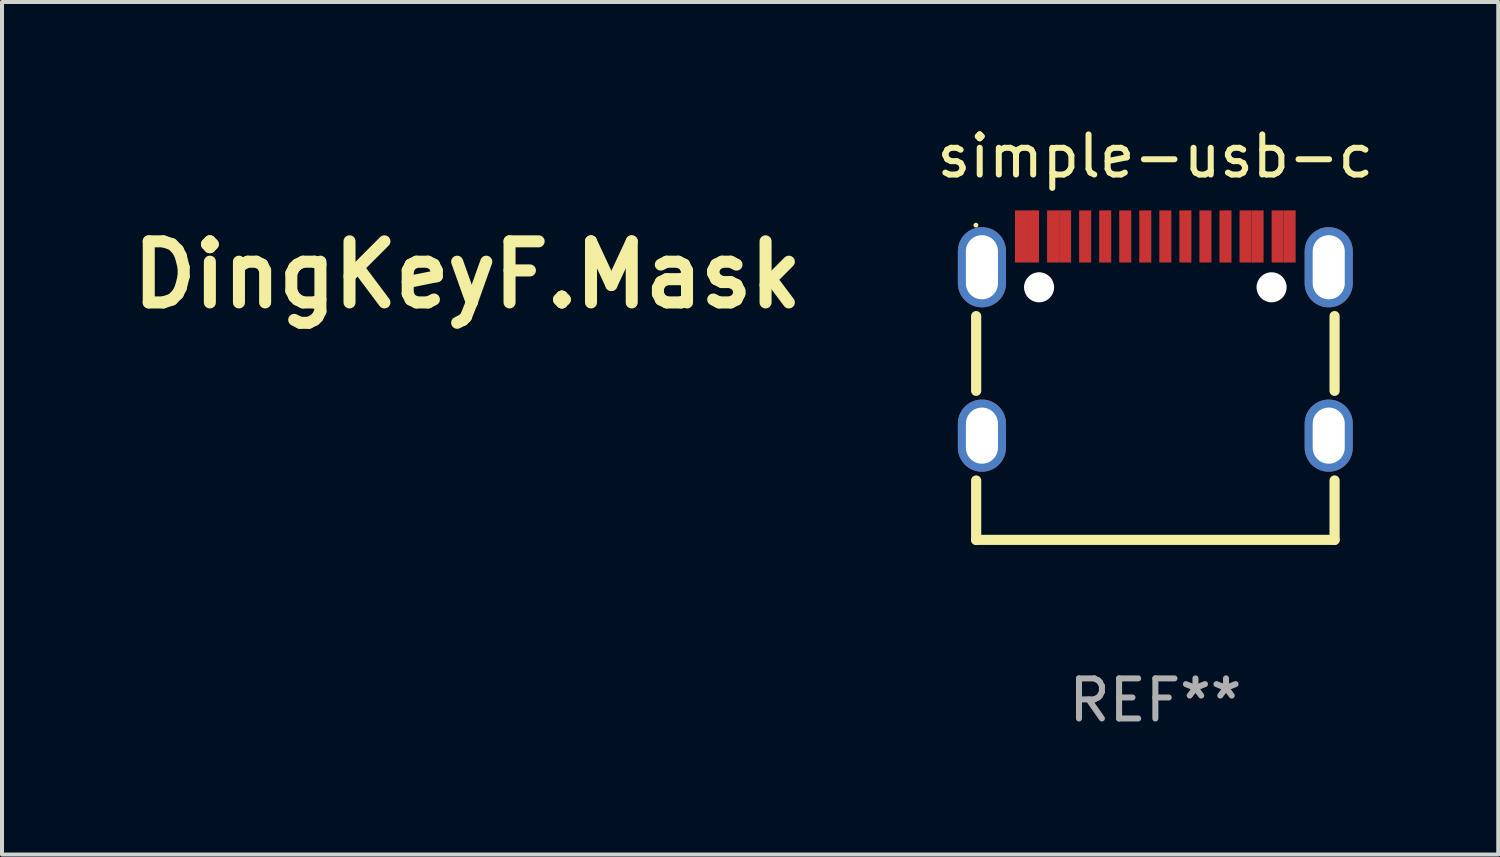
<source format=kicad_pcb>
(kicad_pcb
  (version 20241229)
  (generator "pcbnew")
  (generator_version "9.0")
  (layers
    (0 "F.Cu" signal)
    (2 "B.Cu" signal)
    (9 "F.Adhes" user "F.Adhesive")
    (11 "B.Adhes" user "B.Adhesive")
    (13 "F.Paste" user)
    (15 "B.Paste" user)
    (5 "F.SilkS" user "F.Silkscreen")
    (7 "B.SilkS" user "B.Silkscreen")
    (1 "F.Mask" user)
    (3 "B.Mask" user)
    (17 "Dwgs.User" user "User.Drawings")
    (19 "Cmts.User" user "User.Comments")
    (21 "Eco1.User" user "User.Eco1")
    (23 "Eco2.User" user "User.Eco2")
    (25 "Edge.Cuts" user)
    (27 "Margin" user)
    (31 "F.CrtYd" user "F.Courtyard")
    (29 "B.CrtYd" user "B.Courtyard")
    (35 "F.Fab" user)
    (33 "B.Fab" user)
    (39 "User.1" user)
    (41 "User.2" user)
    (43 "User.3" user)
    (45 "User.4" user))
  (footprint "simple-usb-c"
    (layer "F.Cu")
    (at 25.768 6.632)
    (property "Reference" "simple-usb-c" (at 0 -5.784 0) (layer "F.SilkS") (effects (font (size 1 1) (thickness 0.15))))
    (attr through_hole)
    (fp_line (start -4.47 0.066) (end -4.47 -1.797) (stroke (width 0.254) (type solid)) (layer "F.SilkS"))
    (fp_line (start -4.47 3.784) (end -4.47 2.303) (stroke (width 0.254) (type solid)) (layer "F.SilkS"))
    (fp_line (start 4.47 0.066) (end 4.47 -1.798) (stroke (width 0.254) (type solid)) (layer "F.SilkS"))
    (fp_line (start 4.47 3.784) (end -4.47 3.784) (stroke (width 0.254) (type solid)) (layer "F.SilkS"))
    (fp_line (start 4.47 3.784) (end 4.47 2.302) (stroke (width 0.254) (type solid)) (layer "F.SilkS"))
    (fp_circle (center -4.476 -4.066) (end -4.446 -4.066) (stroke (width 0.06) (type solid)) (fill no) (layer "F.SilkS"))
    (fp_circle (center -2.901 -2.516) (end -2.776 -2.516) (stroke (width 0.25) (type solid)) (fill no) (layer "F.Fab"))
    (fp_circle (center 2.899 -2.516) (end 3.024 -2.516) (stroke (width 0.25) (type solid)) (fill no) (layer "F.Fab"))
    (fp_text user "REF**" (at 0 7.784 0) (layer "F.Fab") (effects (font (size 1 1) (thickness 0.15))))
    (pad "" np_thru_hole circle (at -2.901 -2.516) (size 0.75 0.75) (drill 0.75) (layers "*.Cu" "*.Mask"))
    (pad "" np_thru_hole circle (at 2.899 -2.516) (size 0.75 0.75) (drill 0.75) (layers "*.Cu" "*.Mask"))
    (pad "0" thru_hole oval (at -4.326 -3.016) (size 1.2 2) (drill oval 0.8 1.6) (layers "*.Cu" "*.Mask"))
    (pad "0" thru_hole oval (at -4.326 1.184) (size 1.2 1.8) (drill oval 0.8 1.4) (layers "*.Cu" "*.Mask"))
    (pad "0" thru_hole oval (at 4.324 -3.016) (size 1.2 2) (drill oval 0.8 1.6) (layers "*.Cu" "*.Mask"))
    (pad "0" thru_hole oval (at 4.324 1.184) (size 1.2 1.8) (drill oval 0.8 1.4) (layers "*.Cu" "*.Mask"))
    (pad "A1" smd rect (at -3.351 -3.784) (size 0.3 1.3) (layers "F.Cu" "F.Mask" "F.Paste"))
    (pad "A4" smd rect (at -2.551 -3.784) (size 0.3 1.3) (layers "F.Cu" "F.Mask" "F.Paste"))
    (pad "A5" smd rect (at -1.251 -3.784) (size 0.3 1.3) (layers "F.Cu" "F.Mask" "F.Paste"))
    (pad "A6" smd rect (at -0.251 -3.784) (size 0.3 1.3) (layers "F.Cu" "F.Mask" "F.Paste"))
    (pad "A7" smd rect (at 0.249 -3.784) (size 0.3 1.3) (layers "F.Cu" "F.Mask" "F.Paste"))
    (pad "A8" smd rect (at 1.249 -3.784) (size 0.3 1.3) (layers "F.Cu" "F.Mask" "F.Paste"))
    (pad "A9" smd rect (at 2.549 -3.784) (size 0.3 1.3) (layers "F.Cu" "F.Mask" "F.Paste"))
    (pad "A12" smd rect (at 3.349 -3.784) (size 0.3 1.3) (layers "F.Cu" "F.Mask" "F.Paste"))
    (pad "B1" smd rect (at 3.049 -3.784) (size 0.3 1.3) (layers "F.Cu" "F.Mask" "F.Paste"))
    (pad "B4" smd rect (at 2.249 -3.784) (size 0.3 1.3) (layers "F.Cu" "F.Mask" "F.Paste"))
    (pad "B5" smd rect (at 1.749 -3.784) (size 0.3 1.3) (layers "F.Cu" "F.Mask" "F.Paste"))
    (pad "B6" smd rect (at 0.749 -3.784) (size 0.3 1.3) (layers "F.Cu" "F.Mask" "F.Paste"))
    (pad "B7" smd rect (at -0.751 -3.784) (size 0.3 1.3) (layers "F.Cu" "F.Mask" "F.Paste"))
    (pad "B8" smd rect (at -1.751 -3.784) (size 0.3 1.3) (layers "F.Cu" "F.Mask" "F.Paste"))
    (pad "B9" smd rect (at -2.251 -3.784) (size 0.3 1.3) (layers "F.Cu" "F.Mask" "F.Paste"))
    (pad "B12" smd rect (at -3.051 -3.784) (size 0.3 1.3) (layers "F.Cu" "F.Mask" "F.Paste")))
  (footprint "DingKeyF.Mask"
    (layer "F.Cu")
    (at 8.607 3.804)
    (property "Reference" "DingKeyF.Mask" (at 0 0 0) (layer "F.SilkS") (effects (font (size 1.524 1.524) (thickness 0.3))))
    (attr through_hole exclude_from_pos_files exclude_from_bom)
    (fp_poly (pts (xy -1.196 1.289) (xy -1.191 1.719) (xy -1.186 2.148) (xy -1.391 2.265) (xy -1.494 2.323) (xy -1.601 2.384) (xy -1.697 2.438) (xy -1.74 2.462) (xy -1.884 2.543) (xy -1.884 0.891) (xy -1.196 1.289)) (stroke (width 0.01) (type solid)) (fill yes) (layer "F.Mask"))
    (fp_poly (pts (xy 4.149 3.466) (xy 3.813 3.659) (xy 3.706 3.721) (xy 3.611 3.774) (xy 3.535 3.816) (xy 3.484 3.843) (xy 3.463 3.852) (xy 3.459 3.832) (xy 3.456 3.776) (xy 3.454 3.691) (xy 3.454 3.584) (xy 3.455 3.46) (xy 3.455 3.456) (xy 3.461 3.061) (xy 3.669 2.938) (xy 3.77 2.879) (xy 3.874 2.818) (xy 3.967 2.765) (xy 4.013 2.739) (xy 4.149 2.663) (xy 4.149 3.466)) (stroke (width 0.01) (type solid)) (fill yes) (layer "F.Mask"))
    (fp_poly (pts (xy 3.378 1.079) (xy 3.381 1.136) (xy 3.383 1.224) (xy 3.385 1.337) (xy 3.386 1.471) (xy 3.386 1.603) (xy 3.385 2.148) (xy 3.137 2.29) (xy 3.035 2.348) (xy 2.936 2.404) (xy 2.851 2.452) (xy 2.792 2.486) (xy 2.789 2.487) (xy 2.688 2.544) (xy 2.688 1.449) (xy 3.026 1.254) (xy 3.134 1.192) (xy 3.228 1.138) (xy 3.304 1.096) (xy 3.355 1.068) (xy 3.375 1.058) (xy 3.378 1.079)) (stroke (width 0.01) (type solid)) (fill yes) (layer "F.Mask"))
    (fp_poly (pts (xy 2.117 0.824) (xy 1.99 0.893) (xy 1.863 0.963) (xy 1.863 1.26) (xy 1.863 1.557) (xy 1.654 1.678) (xy 1.57 1.726) (xy 1.499 1.765) (xy 1.45 1.791) (xy 1.431 1.799) (xy 1.428 1.779) (xy 1.425 1.722) (xy 1.423 1.634) (xy 1.422 1.52) (xy 1.422 1.386) (xy 1.423 1.254) (xy 1.429 0.71) (xy 1.693 0.555) (xy 1.795 0.496) (xy 1.891 0.441) (xy 1.972 0.395) (xy 2.028 0.364) (xy 2.037 0.359) (xy 2.117 0.317) (xy 2.117 0.824)) (stroke (width 0.01) (type solid)) (fill yes) (layer "F.Mask"))
    (fp_poly (pts (xy 0.331 -1.567) (xy 0.334 -1.512) (xy 0.336 -1.426) (xy 0.338 -1.319) (xy 0.339 -1.194) (xy 0.339 -1.189) (xy 0.339 -0.791) (xy 0.001 -0.597) (xy -0.107 -0.535) (xy -0.201 -0.481) (xy -0.277 -0.439) (xy -0.328 -0.412) (xy -0.348 -0.402) (xy -0.352 -0.422) (xy -0.355 -0.478) (xy -0.358 -0.563) (xy -0.359 -0.671) (xy -0.36 -0.795) (xy -0.36 -1.199) (xy -0.022 -1.393) (xy 0.085 -1.455) (xy 0.18 -1.508) (xy 0.256 -1.551) (xy 0.307 -1.578) (xy 0.327 -1.587) (xy 0.331 -1.567)) (stroke (width 0.01) (type solid)) (fill yes) (layer "F.Mask"))
    (fp_poly (pts (xy 1.853 1.652) (xy 1.858 1.702) (xy 1.862 1.779) (xy 1.863 1.861) (xy 1.861 1.955) (xy 1.858 2.031) (xy 1.852 2.079) (xy 1.847 2.094) (xy 1.823 2.083) (xy 1.771 2.055) (xy 1.701 2.014) (xy 1.643 1.98) (xy 1.559 1.929) (xy 1.507 1.895) (xy 1.482 1.873) (xy 1.479 1.858) (xy 1.493 1.844) (xy 1.505 1.836) (xy 1.545 1.812) (xy 1.606 1.776) (xy 1.678 1.734) (xy 1.749 1.692) (xy 1.808 1.658) (xy 1.843 1.638) (xy 1.847 1.636) (xy 1.853 1.652)) (stroke (width 0.01) (type solid)) (fill yes) (layer "F.Mask"))
    (fp_poly (pts (xy -1.842 -1.133) (xy -1.788 -1.105) (xy -1.71 -1.062) (xy -1.615 -1.007) (xy -1.516 -0.951) (xy -1.185 -0.758) (xy -1.186 -0.628) (xy -1.186 -0.497) (xy -1.515 -0.307) (xy -1.622 -0.245) (xy -1.717 -0.191) (xy -1.793 -0.148) (xy -1.844 -0.12) (xy -1.864 -0.109) (xy -1.87 -0.128) (xy -1.875 -0.184) (xy -1.879 -0.276) (xy -1.882 -0.398) (xy -1.884 -0.547) (xy -1.884 -0.623) (xy -1.883 -0.766) (xy -1.881 -0.894) (xy -1.878 -1.002) (xy -1.874 -1.083) (xy -1.869 -1.131) (xy -1.865 -1.143) (xy -1.842 -1.133)) (stroke (width 0.01) (type solid)) (fill yes) (layer "F.Mask"))
    (fp_poly (pts (xy 0.696 0.333) (xy 0.749 0.363) (xy 0.827 0.407) (xy 0.923 0.462) (xy 1.022 0.519) (xy 1.354 0.709) (xy 1.354 1.254) (xy 1.354 1.401) (xy 1.352 1.533) (xy 1.35 1.644) (xy 1.346 1.729) (xy 1.343 1.782) (xy 1.339 1.798) (xy 1.316 1.788) (xy 1.263 1.759) (xy 1.186 1.716) (xy 1.091 1.661) (xy 0.99 1.603) (xy 0.656 1.408) (xy 0.656 0.861) (xy 0.657 0.714) (xy 0.659 0.583) (xy 0.661 0.473) (xy 0.665 0.388) (xy 0.669 0.336) (xy 0.673 0.321) (xy 0.696 0.333)) (stroke (width 0.01) (type solid)) (fill yes) (layer "F.Mask"))
    (fp_poly (pts (xy 1.96 1.068) (xy 2.012 1.096) (xy 2.089 1.139) (xy 2.184 1.193) (xy 2.288 1.252) (xy 2.625 1.445) (xy 2.625 1.993) (xy 2.624 2.14) (xy 2.624 2.272) (xy 2.623 2.384) (xy 2.622 2.469) (xy 2.621 2.523) (xy 2.619 2.54) (xy 2.6 2.529) (xy 2.55 2.501) (xy 2.475 2.459) (xy 2.381 2.405) (xy 2.275 2.344) (xy 1.937 2.148) (xy 1.931 1.603) (xy 1.93 1.456) (xy 1.93 1.325) (xy 1.931 1.213) (xy 1.933 1.128) (xy 1.935 1.075) (xy 1.938 1.058) (xy 1.96 1.068)) (stroke (width 0.01) (type solid)) (fill yes) (layer "F.Mask"))
    (fp_poly (pts (xy -2.722 0.191) (xy -2.717 0.244) (xy -2.713 0.327) (xy -2.71 0.432) (xy -2.709 0.538) (xy -2.71 0.679) (xy -2.712 0.782) (xy -2.717 0.851) (xy -2.723 0.892) (xy -2.733 0.908) (xy -2.736 0.908) (xy -2.762 0.897) (xy -2.818 0.868) (xy -2.897 0.825) (xy -2.991 0.772) (xy -3.046 0.74) (xy -3.145 0.681) (xy -3.231 0.629) (xy -3.298 0.588) (xy -3.339 0.562) (xy -3.348 0.556) (xy -3.335 0.541) (xy -3.292 0.51) (xy -3.227 0.467) (xy -3.146 0.415) (xy -3.056 0.359) (xy -2.964 0.303) (xy -2.877 0.252) (xy -2.802 0.21) (xy -2.746 0.181) (xy -2.727 0.173) (xy -2.722 0.191)) (stroke (width 0.01) (type solid)) (fill yes) (layer "F.Mask"))
    (fp_poly (pts (xy 1.4 -0.136) (xy 1.451 -0.11) (xy 1.524 -0.071) (xy 1.613 -0.022) (xy 1.709 0.032) (xy 1.807 0.088) (xy 1.899 0.142) (xy 1.978 0.189) (xy 2.037 0.227) (xy 2.07 0.249) (xy 2.074 0.254) (xy 2.056 0.268) (xy 2.005 0.3) (xy 1.926 0.347) (xy 1.823 0.407) (xy 1.701 0.477) (xy 1.563 0.555) (xy 1.481 0.601) (xy 1.385 0.655) (xy 1.068 0.473) (xy 0.962 0.412) (xy 0.869 0.357) (xy 0.793 0.311) (xy 0.743 0.28) (xy 0.726 0.267) (xy 0.725 0.253) (xy 0.747 0.23) (xy 0.796 0.194) (xy 0.874 0.145) (xy 0.985 0.079) (xy 1.03 0.053) (xy 1.137 -0.009) (xy 1.232 -0.063) (xy 1.307 -0.105) (xy 1.358 -0.134) (xy 1.377 -0.144) (xy 1.4 -0.136)) (stroke (width 0.01) (type solid)) (fill yes) (layer "F.Mask"))
    (fp_poly (pts (xy 3.458 2.23) (xy 3.527 2.262) (xy 3.624 2.314) (xy 3.752 2.386) (xy 3.765 2.394) (xy 3.873 2.456) (xy 3.966 2.512) (xy 4.04 2.557) (xy 4.088 2.588) (xy 4.106 2.602) (xy 4.106 2.602) (xy 4.101 2.608) (xy 4.086 2.62) (xy 4.056 2.639) (xy 4.008 2.668) (xy 3.937 2.709) (xy 3.841 2.764) (xy 3.715 2.835) (xy 3.556 2.925) (xy 3.418 3.003) (xy 3.093 2.816) (xy 2.987 2.754) (xy 2.893 2.699) (xy 2.818 2.654) (xy 2.768 2.623) (xy 2.75 2.61) (xy 2.762 2.595) (xy 2.804 2.563) (xy 2.871 2.519) (xy 2.955 2.465) (xy 3.049 2.407) (xy 3.149 2.348) (xy 3.246 2.292) (xy 3.334 2.243) (xy 3.388 2.215) (xy 3.412 2.215) (xy 3.458 2.23)) (stroke (width 0.01) (type solid)) (fill yes) (layer "F.Mask"))
    (fp_poly (pts (xy 2.687 0.606) (xy 2.704 0.612) (xy 2.766 0.643) (xy 2.845 0.687) (xy 2.936 0.738) (xy 3.031 0.795) (xy 3.123 0.851) (xy 3.206 0.904) (xy 3.272 0.948) (xy 3.316 0.98) (xy 3.33 0.995) (xy 3.33 0.996) (xy 3.303 1.015) (xy 3.247 1.05) (xy 3.17 1.096) (xy 3.079 1.148) (xy 2.982 1.204) (xy 2.886 1.258) (xy 2.798 1.306) (xy 2.726 1.345) (xy 2.678 1.369) (xy 2.66 1.376) (xy 2.634 1.366) (xy 2.578 1.338) (xy 2.498 1.295) (xy 2.402 1.242) (xy 2.317 1.194) (xy 2.212 1.133) (xy 2.12 1.079) (xy 2.047 1.036) (xy 1.999 1.006) (xy 1.983 0.995) (xy 1.995 0.98) (xy 2.038 0.948) (xy 2.108 0.902) (xy 2.198 0.847) (xy 2.305 0.785) (xy 2.307 0.783) (xy 2.429 0.714) (xy 2.519 0.664) (xy 2.584 0.631) (xy 2.63 0.612) (xy 2.663 0.604) (xy 2.687 0.606)) (stroke (width 0.01) (type solid)) (fill yes) (layer "F.Mask"))
    (fp_poly (pts (xy -4.12 -3.329) (xy -4.065 -3.298) (xy -3.977 -3.249) (xy -3.86 -3.182) (xy -3.717 -3.1) (xy -3.549 -3.004) (xy -3.36 -2.896) (xy -3.151 -2.776) (xy -2.926 -2.646) (xy -2.687 -2.508) (xy -2.436 -2.363) (xy -2.269 -2.267) (xy -0.423 -1.2) (xy -0.423 -0.801) (xy -0.424 -0.677) (xy -0.426 -0.568) (xy -0.43 -0.482) (xy -0.434 -0.425) (xy -0.439 -0.403) (xy -0.439 -0.403) (xy -0.462 -0.414) (xy -0.515 -0.443) (xy -0.591 -0.486) (xy -0.687 -0.541) (xy -0.783 -0.597) (xy -0.899 -0.665) (xy -1.047 -0.751) (xy -1.223 -0.854) (xy -1.423 -0.97) (xy -1.643 -1.097) (xy -1.879 -1.234) (xy -2.126 -1.376) (xy -2.38 -1.523) (xy -2.637 -1.671) (xy -2.893 -1.818) (xy -3.143 -1.962) (xy -3.383 -2.1) (xy -3.468 -2.148) (xy -4.169 -2.551) (xy -4.169 -2.949) (xy -4.169 -3.093) (xy -4.167 -3.199) (xy -4.164 -3.272) (xy -4.158 -3.317) (xy -4.15 -3.338) (xy -4.142 -3.341) (xy -4.12 -3.329)) (stroke (width 0.01) (type solid)) (fill yes) (layer "F.Mask"))
    (fp_poly (pts (xy -1.13 -0.424) (xy -1.075 -0.394) (xy -0.991 -0.348) (xy -0.881 -0.286) (xy -0.749 -0.212) (xy -0.599 -0.126) (xy -0.435 -0.032) (xy -0.269 0.063) (xy 0.593 0.561) (xy 0.593 0.958) (xy 0.592 1.082) (xy 0.59 1.19) (xy 0.586 1.276) (xy 0.582 1.333) (xy 0.577 1.354) (xy 0.577 1.354) (xy 0.556 1.344) (xy 0.502 1.314) (xy 0.417 1.267) (xy 0.305 1.203) (xy 0.169 1.125) (xy 0.012 1.035) (xy -0.164 0.935) (xy -0.355 0.825) (xy -0.558 0.708) (xy -0.64 0.661) (xy -0.846 0.542) (xy -1.041 0.429) (xy -1.222 0.324) (xy -1.385 0.229) (xy -1.528 0.145) (xy -1.648 0.074) (xy -1.742 0.019) (xy -1.806 -0.02) (xy -1.838 -0.04) (xy -1.84 -0.042) (xy -1.823 -0.056) (xy -1.776 -0.086) (xy -1.705 -0.129) (xy -1.618 -0.18) (xy -1.523 -0.234) (xy -1.425 -0.29) (xy -1.333 -0.341) (xy -1.253 -0.385) (xy -1.192 -0.417) (xy -1.157 -0.433) (xy -1.153 -0.434) (xy -1.13 -0.424)) (stroke (width 0.01) (type solid)) (fill yes) (layer "F.Mask"))
    (fp_poly (pts (xy -1.848 0.039) (xy -1.842 0.042) (xy -1.817 0.056) (xy -1.758 0.09) (xy -1.669 0.141) (xy -1.553 0.208) (xy -1.413 0.289) (xy -1.252 0.382) (xy -1.073 0.485) (xy -0.88 0.597) (xy -0.675 0.715) (xy -0.588 0.766) (xy -0.359 0.898) (xy -0.125 1.034) (xy 0.11 1.17) (xy 0.34 1.302) (xy 0.559 1.429) (xy 0.762 1.547) (xy 0.945 1.652) (xy 1.101 1.742) (xy 1.217 1.809) (xy 1.386 1.907) (xy 1.565 2.011) (xy 1.746 2.115) (xy 1.918 2.215) (xy 2.074 2.304) (xy 2.202 2.379) (xy 2.212 2.384) (xy 2.364 2.472) (xy 2.536 2.571) (xy 2.712 2.673) (xy 2.879 2.769) (xy 3 2.838) (xy 3.386 3.059) (xy 3.386 3.455) (xy 3.386 3.58) (xy 3.383 3.688) (xy 3.38 3.774) (xy 3.376 3.83) (xy 3.371 3.851) (xy 3.371 3.851) (xy 3.351 3.841) (xy 3.297 3.81) (xy 3.21 3.761) (xy 3.092 3.694) (xy 2.946 3.61) (xy 2.774 3.512) (xy 2.578 3.399) (xy 2.36 3.273) (xy 2.121 3.136) (xy 1.865 2.988) (xy 1.592 2.831) (xy 1.306 2.665) (xy 1.008 2.493) (xy 0.736 2.336) (xy -1.884 0.821) (xy -1.884 0.42) (xy -1.884 0.281) (xy -1.883 0.179) (xy -1.881 0.109) (xy -1.877 0.065) (xy -1.87 0.042) (xy -1.861 0.035) (xy -1.848 0.039)) (stroke (width 0.01) (type solid)) (fill yes) (layer "F.Mask"))
    (fp_poly (pts (xy -3.415 -3.789) (xy -3.358 -3.759) (xy -3.27 -3.711) (xy -3.156 -3.648) (xy -3.017 -3.57) (xy -2.857 -3.48) (xy -2.678 -3.379) (xy -2.485 -3.269) (xy -2.279 -3.151) (xy -2.063 -3.027) (xy -1.842 -2.9) (xy -1.617 -2.77) (xy -1.391 -2.639) (xy -1.168 -2.51) (xy -0.95 -2.384) (xy -0.741 -2.262) (xy -0.543 -2.146) (xy -0.359 -2.038) (xy -0.193 -1.94) (xy -0.046 -1.853) (xy 0.076 -1.779) (xy 0.173 -1.721) (xy 0.241 -1.678) (xy 0.276 -1.654) (xy 0.281 -1.649) (xy 0.254 -1.63) (xy 0.199 -1.596) (xy 0.122 -1.551) (xy 0.032 -1.499) (xy -0.065 -1.444) (xy -0.161 -1.39) (xy -0.249 -1.342) (xy -0.321 -1.303) (xy -0.371 -1.278) (xy -0.39 -1.27) (xy -0.411 -1.28) (xy -0.467 -1.311) (xy -0.554 -1.359) (xy -0.67 -1.425) (xy -0.813 -1.506) (xy -0.98 -1.601) (xy -1.169 -1.709) (xy -1.377 -1.828) (xy -1.602 -1.958) (xy -1.841 -2.095) (xy -2.092 -2.24) (xy -2.263 -2.339) (xy -2.521 -2.487) (xy -2.767 -2.63) (xy -3.001 -2.765) (xy -3.22 -2.892) (xy -3.42 -3.008) (xy -3.601 -3.113) (xy -3.758 -3.204) (xy -3.891 -3.281) (xy -3.996 -3.342) (xy -4.07 -3.386) (xy -4.113 -3.41) (xy -4.121 -3.416) (xy -4.108 -3.429) (xy -4.064 -3.459) (xy -3.997 -3.5) (xy -3.913 -3.55) (xy -3.819 -3.603) (xy -3.723 -3.657) (xy -3.63 -3.707) (xy -3.549 -3.75) (xy -3.485 -3.781) (xy -3.446 -3.798) (xy -3.44 -3.799) (xy -3.415 -3.789)) (stroke (width 0.01) (type solid)) (fill yes) (layer "F.Mask"))
    (fp_poly (pts (xy -2.611 -1.577) (xy -2.558 -1.549) (xy -2.481 -1.507) (xy -2.386 -1.453) (xy -2.283 -1.394) (xy -1.947 -1.201) (xy -1.947 0.67) (xy -1.947 0.947) (xy -1.948 1.212) (xy -1.948 1.461) (xy -1.948 1.692) (xy -1.949 1.902) (xy -1.949 2.087) (xy -1.95 2.245) (xy -1.95 2.372) (xy -1.951 2.465) (xy -1.952 2.522) (xy -1.953 2.54) (xy -1.972 2.53) (xy -2.022 2.502) (xy -2.097 2.459) (xy -2.191 2.405) (xy -2.3 2.342) (xy -2.307 2.338) (xy -2.656 2.135) (xy -3.032 1.483) (xy -3.132 1.31) (xy -3.212 1.17) (xy -3.275 1.057) (xy -3.323 0.969) (xy -3.358 0.901) (xy -3.381 0.848) (xy -3.396 0.807) (xy -3.404 0.773) (xy -3.407 0.743) (xy -3.408 0.723) (xy -3.406 0.661) (xy -3.402 0.622) (xy -3.399 0.614) (xy -3.378 0.624) (xy -3.327 0.652) (xy -3.251 0.695) (xy -3.156 0.749) (xy -3.047 0.811) (xy -3.041 0.815) (xy -2.931 0.878) (xy -2.833 0.933) (xy -2.752 0.976) (xy -2.696 1.005) (xy -2.67 1.016) (xy -2.669 1.016) (xy -2.664 1.003) (xy -2.66 0.961) (xy -2.656 0.889) (xy -2.653 0.786) (xy -2.65 0.65) (xy -2.648 0.478) (xy -2.647 0.269) (xy -2.646 0.022) (xy -2.646 -0.266) (xy -2.646 -0.286) (xy -2.646 -0.516) (xy -2.645 -0.734) (xy -2.644 -0.934) (xy -2.643 -1.115) (xy -2.641 -1.272) (xy -2.639 -1.401) (xy -2.637 -1.499) (xy -2.635 -1.562) (xy -2.633 -1.587) (xy -2.632 -1.587) (xy -2.611 -1.577)) (stroke (width 0.01) (type solid)) (fill yes) (layer "F.Mask")))
  (gr_rect
    (start -3 -3)
    (end 34.321 18.265)
    (stroke (width 0.1) (type default))
    (fill no)
    (layer "Edge.Cuts")))
</source>
